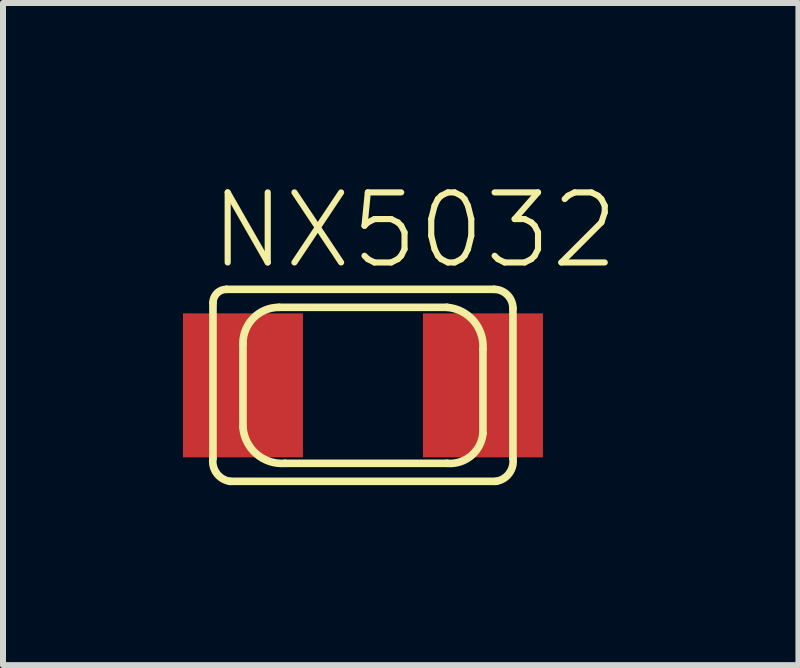
<source format=kicad_pcb>
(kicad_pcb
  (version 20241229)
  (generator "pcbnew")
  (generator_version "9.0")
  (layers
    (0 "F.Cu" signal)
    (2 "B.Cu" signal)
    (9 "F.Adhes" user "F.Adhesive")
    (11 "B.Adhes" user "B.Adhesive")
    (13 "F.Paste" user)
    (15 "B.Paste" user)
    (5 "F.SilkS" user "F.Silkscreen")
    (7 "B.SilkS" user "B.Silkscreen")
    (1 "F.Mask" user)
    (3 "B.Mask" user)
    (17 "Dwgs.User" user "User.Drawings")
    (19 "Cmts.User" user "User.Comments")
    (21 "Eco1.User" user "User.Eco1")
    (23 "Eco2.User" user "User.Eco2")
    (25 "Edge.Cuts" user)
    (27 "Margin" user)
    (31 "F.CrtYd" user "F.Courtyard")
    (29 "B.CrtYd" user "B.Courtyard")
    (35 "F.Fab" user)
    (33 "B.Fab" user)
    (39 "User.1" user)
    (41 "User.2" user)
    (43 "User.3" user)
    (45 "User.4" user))
  (footprint "NX5032"
    (layer "F.Cu")
    (at 3 3.373)
    (property "Reference" "NX5032" (at -2.6 -1.9 0) (layer "F.SilkS") (effects (font (size 1.168 1.168) (thickness 0.102)) (justify left bottom)))
    (fp_line (start -2.5 1.217) (end -2.5 -1.376) (stroke (width 0.127) (type solid)) (layer "F.SilkS"))
    (fp_line (start -2.276 -1.6) (end 2.184 -1.6) (stroke (width 0.127) (type solid)) (layer "F.SilkS"))
    (fp_line (start -2 0.7) (end -2 -0.7) (stroke (width 0.127) (type solid)) (layer "F.SilkS"))
    (fp_line (start -1.4 -1.3) (end 1.4 -1.3) (stroke (width 0.127) (type solid)) (layer "F.SilkS"))
    (fp_line (start 1.4 1.3) (end -1.3 1.3) (stroke (width 0.127) (type solid)) (layer "F.SilkS"))
    (fp_line (start 2 -0.6) (end 2 0.8) (stroke (width 0.127) (type solid)) (layer "F.SilkS"))
    (fp_line (start 2.217 1.6) (end -2.217 1.6) (stroke (width 0.127) (type solid)) (layer "F.SilkS"))
    (fp_line (start 2.5 -1.284) (end 2.5 1.217) (stroke (width 0.127) (type solid)) (layer "F.SilkS"))
    (fp_arc (start -2.5 -1.3764) (mid -2.434509 -1.534509) (end -2.2764 -1.6) (stroke (width 0.127) (type solid)) (layer "F.SilkS"))
    (fp_arc (start -2.2172 1.6) (mid -2.43788 1.46717) (end -2.5 1.2172) (stroke (width 0.127) (type solid)) (layer "F.SilkS"))
    (fp_arc (start -2 -0.7) (mid -1.824264 -1.124264) (end -1.4 -1.3) (stroke (width 0.127) (type solid)) (layer "F.SilkS"))
    (fp_arc (start -1.3 1.3) (mid -1.774264 1.144975) (end -2 0.7) (stroke (width 0.127) (type solid)) (layer "F.SilkS"))
    (fp_arc (start 1.4 -1.3) (mid 1.844917 -1.074214) (end 2.000001 -0.599999) (stroke (width 0.127) (type solid)) (layer "F.SilkS"))
    (fp_arc (start 2 0.8) (mid 1.803553 1.174264) (end 1.4 1.3) (stroke (width 0.127) (type solid)) (layer "F.SilkS"))
    (fp_arc (start 2.1838 -1.6) (mid 2.407387 -1.507387) (end 2.5 -1.2838) (stroke (width 0.127) (type solid)) (layer "F.SilkS"))
    (fp_arc (start 2.5 1.2172) (mid 2.43788 1.46717) (end 2.2172 1.6) (stroke (width 0.127) (type solid)) (layer "F.SilkS"))
    (pad "P$1" smd rect (at 2 0) (size 2 2.4) (layers "F.Cu" "F.Mask" "F.Paste"))
    (pad "P$2" smd rect (at -2 0 180) (size 2 2.4) (layers "F.Cu" "F.Mask" "F.Paste")))
  (gr_rect
    (start -3 -3)
    (end 10.259 8.037)
    (stroke (width 0.1) (type default))
    (fill no)
    (layer "Edge.Cuts")))
</source>
